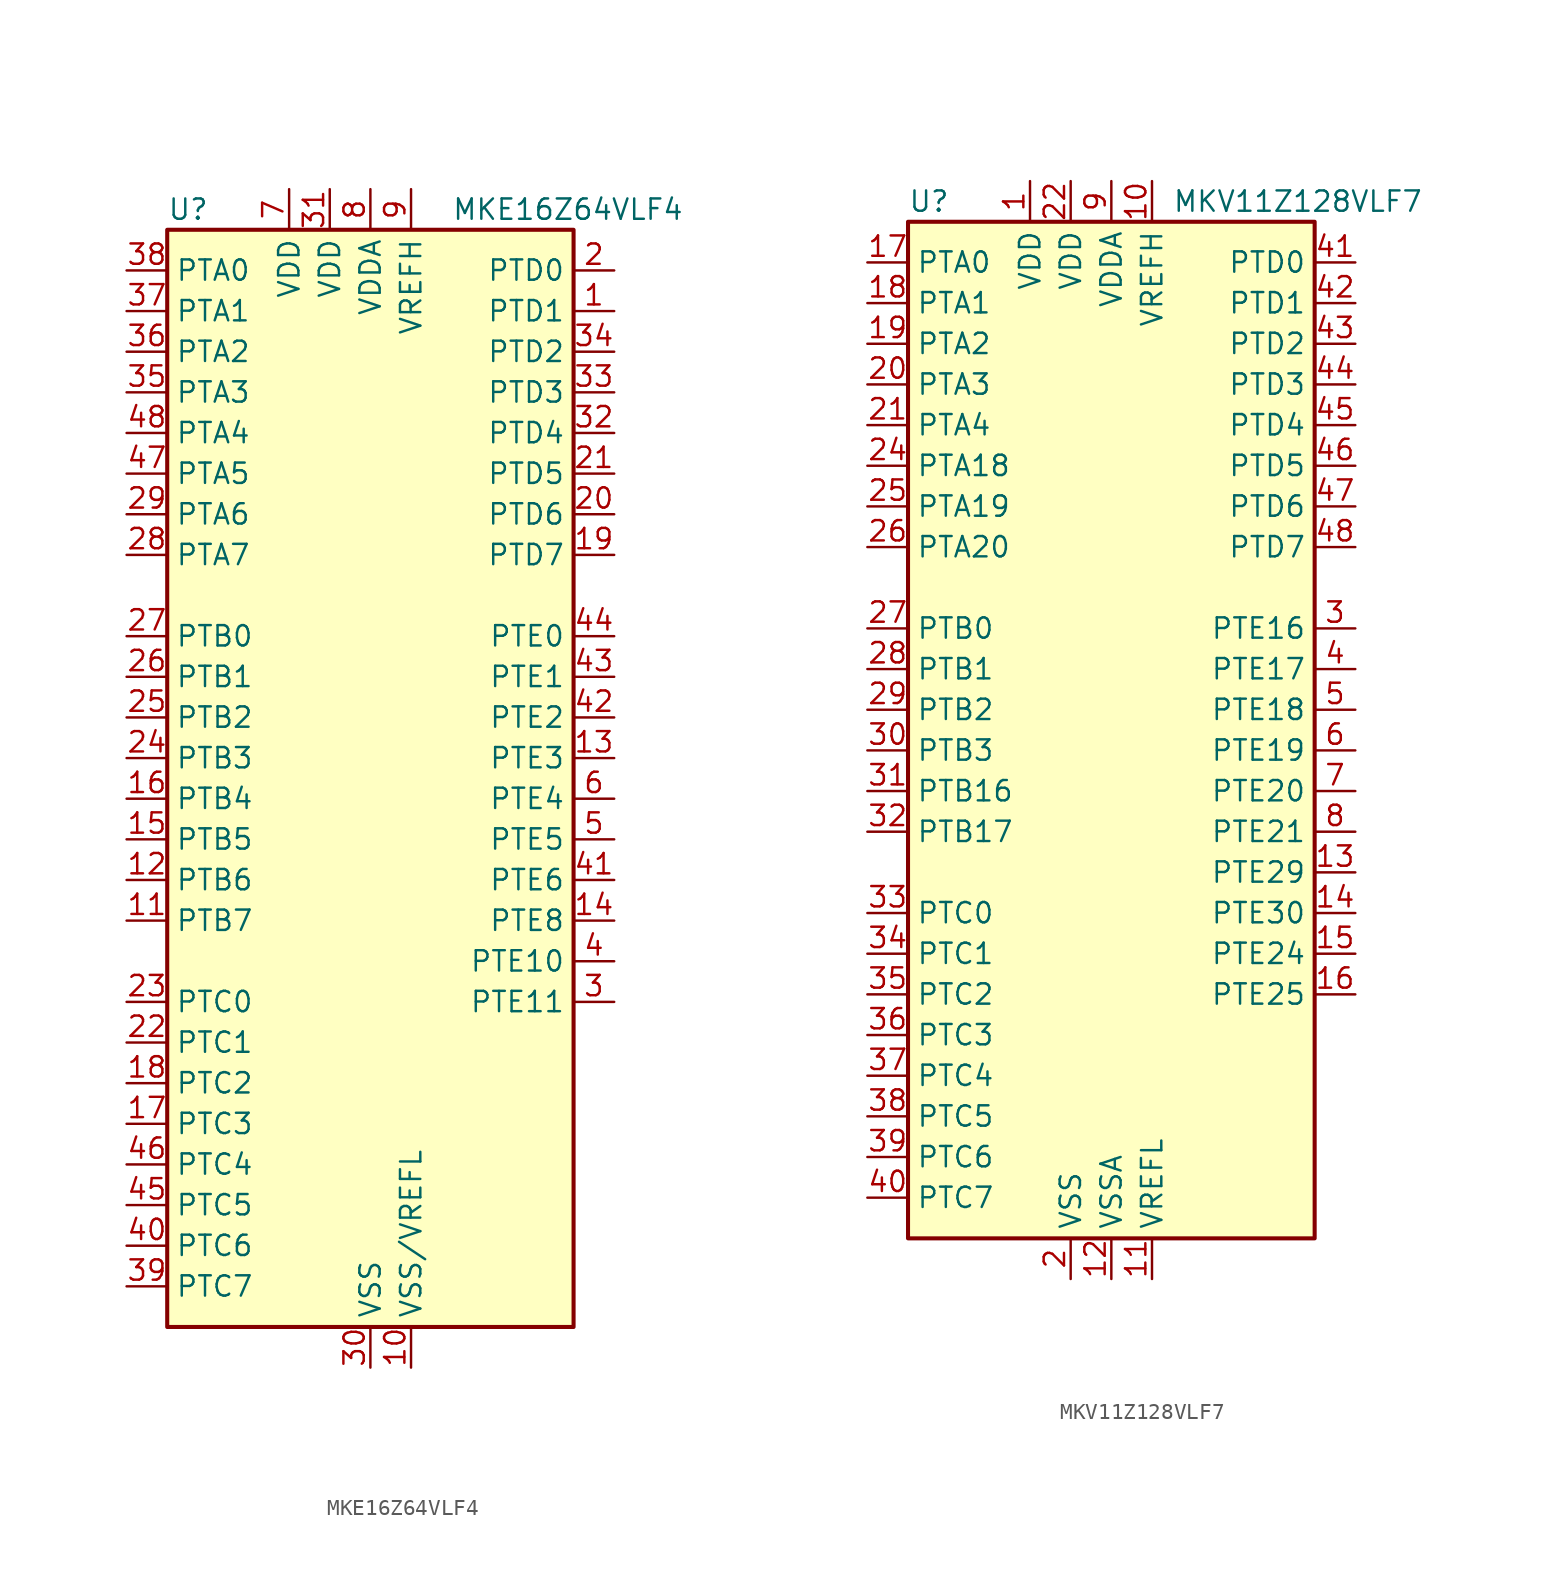
<source format=kicad_sym>
(kicad_symbol_lib
  (version 20201005)
  (generator kicad_symbol_editor)
  (symbol "MKE16Z64VLF4"
    (property "Reference" "U"
      (at -12.7 36.83 0)
      (effects (font (size 1.27 1.27)) (justify left)))
    (property "Value" "MKE16Z64VLF4"
      (at 5.08 36.83 0)
      (effects (font (size 1.27 1.27)) (justify left)))
    (symbol "MKE16Z64VLF4_0_1"
      (rectangle (start -12.7 35.56) (end 12.7 -33.02) (stroke (width 0.254)) (fill (type background))))
    (symbol "MKE16Z64VLF4_1_1"
      (pin bidirectional line (at 15.24 30.48 180) (length 2.54) (name "PTD1" (effects (font (size 1.27 1.27)))) (number "1" (effects (font (size 1.27 1.27)))))
      (pin power_in line (at 2.54 -35.56 90) (length 2.54) (name "VSS/VREFL" (effects (font (size 1.27 1.27)))) (number "10" (effects (font (size 1.27 1.27)))))
      (pin bidirectional line (at -15.24 -7.62 0) (length 2.54) (name "PTB7" (effects (font (size 1.27 1.27)))) (number "11" (effects (font (size 1.27 1.27)))))
      (pin bidirectional line (at -15.24 -5.08 0) (length 2.54) (name "PTB6" (effects (font (size 1.27 1.27)))) (number "12" (effects (font (size 1.27 1.27)))))
      (pin bidirectional line (at 15.24 2.54 180) (length 2.54) (name "PTE3" (effects (font (size 1.27 1.27)))) (number "13" (effects (font (size 1.27 1.27)))))
      (pin bidirectional line (at 15.24 -7.62 180) (length 2.54) (name "PTE8" (effects (font (size 1.27 1.27)))) (number "14" (effects (font (size 1.27 1.27)))))
      (pin bidirectional line (at -15.24 -2.54 0) (length 2.54) (name "PTB5" (effects (font (size 1.27 1.27)))) (number "15" (effects (font (size 1.27 1.27)))))
      (pin bidirectional line (at -15.24 0 0) (length 2.54) (name "PTB4" (effects (font (size 1.27 1.27)))) (number "16" (effects (font (size 1.27 1.27)))))
      (pin bidirectional line (at -15.24 -20.32 0) (length 2.54) (name "PTC3" (effects (font (size 1.27 1.27)))) (number "17" (effects (font (size 1.27 1.27)))))
      (pin bidirectional line (at -15.24 -17.78 0) (length 2.54) (name "PTC2" (effects (font (size 1.27 1.27)))) (number "18" (effects (font (size 1.27 1.27)))))
      (pin bidirectional line (at 15.24 15.24 180) (length 2.54) (name "PTD7" (effects (font (size 1.27 1.27)))) (number "19" (effects (font (size 1.27 1.27)))))
      (pin bidirectional line (at 15.24 33.02 180) (length 2.54) (name "PTD0" (effects (font (size 1.27 1.27)))) (number "2" (effects (font (size 1.27 1.27)))))
      (pin bidirectional line (at 15.24 17.78 180) (length 2.54) (name "PTD6" (effects (font (size 1.27 1.27)))) (number "20" (effects (font (size 1.27 1.27)))))
      (pin bidirectional line (at 15.24 20.32 180) (length 2.54) (name "PTD5" (effects (font (size 1.27 1.27)))) (number "21" (effects (font (size 1.27 1.27)))))
      (pin bidirectional line (at -15.24 -15.24 0) (length 2.54) (name "PTC1" (effects (font (size 1.27 1.27)))) (number "22" (effects (font (size 1.27 1.27)))))
      (pin bidirectional line (at -15.24 -12.7 0) (length 2.54) (name "PTC0" (effects (font (size 1.27 1.27)))) (number "23" (effects (font (size 1.27 1.27)))))
      (pin bidirectional line (at -15.24 2.54 0) (length 2.54) (name "PTB3" (effects (font (size 1.27 1.27)))) (number "24" (effects (font (size 1.27 1.27)))))
      (pin bidirectional line (at -15.24 5.08 0) (length 2.54) (name "PTB2" (effects (font (size 1.27 1.27)))) (number "25" (effects (font (size 1.27 1.27)))))
      (pin bidirectional line (at -15.24 7.62 0) (length 2.54) (name "PTB1" (effects (font (size 1.27 1.27)))) (number "26" (effects (font (size 1.27 1.27)))))
      (pin bidirectional line (at -15.24 10.16 0) (length 2.54) (name "PTB0" (effects (font (size 1.27 1.27)))) (number "27" (effects (font (size 1.27 1.27)))))
      (pin bidirectional line (at -15.24 15.24 0) (length 2.54) (name "PTA7" (effects (font (size 1.27 1.27)))) (number "28" (effects (font (size 1.27 1.27)))))
      (pin bidirectional line (at -15.24 17.78 0) (length 2.54) (name "PTA6" (effects (font (size 1.27 1.27)))) (number "29" (effects (font (size 1.27 1.27)))))
      (pin bidirectional line (at 15.24 -12.7 180) (length 2.54) (name "PTE11" (effects (font (size 1.27 1.27)))) (number "3" (effects (font (size 1.27 1.27)))))
      (pin power_in line (at 0 -35.56 90) (length 2.54) (name "VSS" (effects (font (size 1.27 1.27)))) (number "30" (effects (font (size 1.27 1.27)))))
      (pin power_in line (at -2.54 38.1 270) (length 2.54) (name "VDD" (effects (font (size 1.27 1.27)))) (number "31" (effects (font (size 1.27 1.27)))))
      (pin bidirectional line (at 15.24 22.86 180) (length 2.54) (name "PTD4" (effects (font (size 1.27 1.27)))) (number "32" (effects (font (size 1.27 1.27)))))
      (pin bidirectional line (at 15.24 25.4 180) (length 2.54) (name "PTD3" (effects (font (size 1.27 1.27)))) (number "33" (effects (font (size 1.27 1.27)))))
      (pin bidirectional line (at 15.24 27.94 180) (length 2.54) (name "PTD2" (effects (font (size 1.27 1.27)))) (number "34" (effects (font (size 1.27 1.27)))))
      (pin bidirectional line (at -15.24 25.4 0) (length 2.54) (name "PTA3" (effects (font (size 1.27 1.27)))) (number "35" (effects (font (size 1.27 1.27)))))
      (pin bidirectional line (at -15.24 27.94 0) (length 2.54) (name "PTA2" (effects (font (size 1.27 1.27)))) (number "36" (effects (font (size 1.27 1.27)))))
      (pin bidirectional line (at -15.24 30.48 0) (length 2.54) (name "PTA1" (effects (font (size 1.27 1.27)))) (number "37" (effects (font (size 1.27 1.27)))))
      (pin bidirectional line (at -15.24 33.02 0) (length 2.54) (name "PTA0" (effects (font (size 1.27 1.27)))) (number "38" (effects (font (size 1.27 1.27)))))
      (pin bidirectional line (at -15.24 -30.48 0) (length 2.54) (name "PTC7" (effects (font (size 1.27 1.27)))) (number "39" (effects (font (size 1.27 1.27)))))
      (pin bidirectional line (at 15.24 -10.16 180) (length 2.54) (name "PTE10" (effects (font (size 1.27 1.27)))) (number "4" (effects (font (size 1.27 1.27)))))
      (pin bidirectional line (at -15.24 -27.94 0) (length 2.54) (name "PTC6" (effects (font (size 1.27 1.27)))) (number "40" (effects (font (size 1.27 1.27)))))
      (pin bidirectional line (at 15.24 -5.08 180) (length 2.54) (name "PTE6" (effects (font (size 1.27 1.27)))) (number "41" (effects (font (size 1.27 1.27)))))
      (pin bidirectional line (at 15.24 5.08 180) (length 2.54) (name "PTE2" (effects (font (size 1.27 1.27)))) (number "42" (effects (font (size 1.27 1.27)))))
      (pin bidirectional line (at 15.24 7.62 180) (length 2.54) (name "PTE1" (effects (font (size 1.27 1.27)))) (number "43" (effects (font (size 1.27 1.27)))))
      (pin bidirectional line (at 15.24 10.16 180) (length 2.54) (name "PTE0" (effects (font (size 1.27 1.27)))) (number "44" (effects (font (size 1.27 1.27)))))
      (pin bidirectional line (at -15.24 -25.4 0) (length 2.54) (name "PTC5" (effects (font (size 1.27 1.27)))) (number "45" (effects (font (size 1.27 1.27)))))
      (pin bidirectional line (at -15.24 -22.86 0) (length 2.54) (name "PTC4" (effects (font (size 1.27 1.27)))) (number "46" (effects (font (size 1.27 1.27)))))
      (pin bidirectional line (at -15.24 20.32 0) (length 2.54) (name "PTA5" (effects (font (size 1.27 1.27)))) (number "47" (effects (font (size 1.27 1.27)))))
      (pin bidirectional line (at -15.24 22.86 0) (length 2.54) (name "PTA4" (effects (font (size 1.27 1.27)))) (number "48" (effects (font (size 1.27 1.27)))))
      (pin bidirectional line (at 15.24 -2.54 180) (length 2.54) (name "PTE5" (effects (font (size 1.27 1.27)))) (number "5" (effects (font (size 1.27 1.27)))))
      (pin bidirectional line (at 15.24 0 180) (length 2.54) (name "PTE4" (effects (font (size 1.27 1.27)))) (number "6" (effects (font (size 1.27 1.27)))))
      (pin power_in line (at -5.08 38.1 270) (length 2.54) (name "VDD" (effects (font (size 1.27 1.27)))) (number "7" (effects (font (size 1.27 1.27)))))
      (pin power_in line (at 0 38.1 270) (length 2.54) (name "VDDA" (effects (font (size 1.27 1.27)))) (number "8" (effects (font (size 1.27 1.27)))))
      (pin power_in line (at 2.54 38.1 270) (length 2.54) (name "VREFH" (effects (font (size 1.27 1.27)))) (number "9" (effects (font (size 1.27 1.27)))))))
  (symbol "MKV11Z128VLF7"
    (property "Reference" "U"
      (at -12.7 34.29 0)
      (effects (font (size 1.27 1.27)) (justify left)))
    (property "Value" "MKV11Z128VLF7"
      (at 3.81 34.29 0)
      (effects (font (size 1.27 1.27)) (justify left)))
    (symbol "MKV11Z128VLF7_0_1"
      (rectangle (start -12.7 33.02) (end 12.7 -30.48) (stroke (width 0.254)) (fill (type background))))
    (symbol "MKV11Z128VLF7_1_1"
      (pin power_in line (at -5.08 35.56 270) (length 2.54) (name "VDD" (effects (font (size 1.27 1.27)))) (number "1" (effects (font (size 1.27 1.27)))))
      (pin power_in line (at 2.54 35.56 270) (length 2.54) (name "VREFH" (effects (font (size 1.27 1.27)))) (number "10" (effects (font (size 1.27 1.27)))))
      (pin power_in line (at 2.54 -33.02 90) (length 2.54) (name "VREFL" (effects (font (size 1.27 1.27)))) (number "11" (effects (font (size 1.27 1.27)))))
      (pin power_in line (at 0 -33.02 90) (length 2.54) (name "VSSA" (effects (font (size 1.27 1.27)))) (number "12" (effects (font (size 1.27 1.27)))))
      (pin bidirectional line (at 15.24 -7.62 180) (length 2.54) (name "PTE29" (effects (font (size 1.27 1.27)))) (number "13" (effects (font (size 1.27 1.27)))))
      (pin bidirectional line (at 15.24 -10.16 180) (length 2.54) (name "PTE30" (effects (font (size 1.27 1.27)))) (number "14" (effects (font (size 1.27 1.27)))))
      (pin bidirectional line (at 15.24 -12.7 180) (length 2.54) (name "PTE24" (effects (font (size 1.27 1.27)))) (number "15" (effects (font (size 1.27 1.27)))))
      (pin bidirectional line (at 15.24 -15.24 180) (length 2.54) (name "PTE25" (effects (font (size 1.27 1.27)))) (number "16" (effects (font (size 1.27 1.27)))))
      (pin bidirectional line (at -15.24 30.48 0) (length 2.54) (name "PTA0" (effects (font (size 1.27 1.27)))) (number "17" (effects (font (size 1.27 1.27)))))
      (pin bidirectional line (at -15.24 27.94 0) (length 2.54) (name "PTA1" (effects (font (size 1.27 1.27)))) (number "18" (effects (font (size 1.27 1.27)))))
      (pin bidirectional line (at -15.24 25.4 0) (length 2.54) (name "PTA2" (effects (font (size 1.27 1.27)))) (number "19" (effects (font (size 1.27 1.27)))))
      (pin power_in line (at -2.54 -33.02 90) (length 2.54) (name "VSS" (effects (font (size 1.27 1.27)))) (number "2" (effects (font (size 1.27 1.27)))))
      (pin bidirectional line (at -15.24 22.86 0) (length 2.54) (name "PTA3" (effects (font (size 1.27 1.27)))) (number "20" (effects (font (size 1.27 1.27)))))
      (pin bidirectional line (at -15.24 20.32 0) (length 2.54) (name "PTA4" (effects (font (size 1.27 1.27)))) (number "21" (effects (font (size 1.27 1.27)))))
      (pin power_in line (at -2.54 35.56 270) (length 2.54) (name "VDD" (effects (font (size 1.27 1.27)))) (number "22" (effects (font (size 1.27 1.27)))))
      (pin passive line (at -2.54 -33.02 90) (length 2.54) hide (name "VSS" (effects (font (size 1.27 1.27)))) (number "23" (effects (font (size 1.27 1.27)))))
      (pin bidirectional line (at -15.24 17.78 0) (length 2.54) (name "PTA18" (effects (font (size 1.27 1.27)))) (number "24" (effects (font (size 1.27 1.27)))))
      (pin bidirectional line (at -15.24 15.24 0) (length 2.54) (name "PTA19" (effects (font (size 1.27 1.27)))) (number "25" (effects (font (size 1.27 1.27)))))
      (pin bidirectional line (at -15.24 12.7 0) (length 2.54) (name "PTA20" (effects (font (size 1.27 1.27)))) (number "26" (effects (font (size 1.27 1.27)))))
      (pin bidirectional line (at -15.24 7.62 0) (length 2.54) (name "PTB0" (effects (font (size 1.27 1.27)))) (number "27" (effects (font (size 1.27 1.27)))))
      (pin bidirectional line (at -15.24 5.08 0) (length 2.54) (name "PTB1" (effects (font (size 1.27 1.27)))) (number "28" (effects (font (size 1.27 1.27)))))
      (pin bidirectional line (at -15.24 2.54 0) (length 2.54) (name "PTB2" (effects (font (size 1.27 1.27)))) (number "29" (effects (font (size 1.27 1.27)))))
      (pin bidirectional line (at 15.24 7.62 180) (length 2.54) (name "PTE16" (effects (font (size 1.27 1.27)))) (number "3" (effects (font (size 1.27 1.27)))))
      (pin bidirectional line (at -15.24 0 0) (length 2.54) (name "PTB3" (effects (font (size 1.27 1.27)))) (number "30" (effects (font (size 1.27 1.27)))))
      (pin bidirectional line (at -15.24 -2.54 0) (length 2.54) (name "PTB16" (effects (font (size 1.27 1.27)))) (number "31" (effects (font (size 1.27 1.27)))))
      (pin bidirectional line (at -15.24 -5.08 0) (length 2.54) (name "PTB17" (effects (font (size 1.27 1.27)))) (number "32" (effects (font (size 1.27 1.27)))))
      (pin bidirectional line (at -15.24 -10.16 0) (length 2.54) (name "PTC0" (effects (font (size 1.27 1.27)))) (number "33" (effects (font (size 1.27 1.27)))))
      (pin bidirectional line (at -15.24 -12.7 0) (length 2.54) (name "PTC1" (effects (font (size 1.27 1.27)))) (number "34" (effects (font (size 1.27 1.27)))))
      (pin bidirectional line (at -15.24 -15.24 0) (length 2.54) (name "PTC2" (effects (font (size 1.27 1.27)))) (number "35" (effects (font (size 1.27 1.27)))))
      (pin bidirectional line (at -15.24 -17.78 0) (length 2.54) (name "PTC3" (effects (font (size 1.27 1.27)))) (number "36" (effects (font (size 1.27 1.27)))))
      (pin bidirectional line (at -15.24 -20.32 0) (length 2.54) (name "PTC4" (effects (font (size 1.27 1.27)))) (number "37" (effects (font (size 1.27 1.27)))))
      (pin bidirectional line (at -15.24 -22.86 0) (length 2.54) (name "PTC5" (effects (font (size 1.27 1.27)))) (number "38" (effects (font (size 1.27 1.27)))))
      (pin bidirectional line (at -15.24 -25.4 0) (length 2.54) (name "PTC6" (effects (font (size 1.27 1.27)))) (number "39" (effects (font (size 1.27 1.27)))))
      (pin bidirectional line (at 15.24 5.08 180) (length 2.54) (name "PTE17" (effects (font (size 1.27 1.27)))) (number "4" (effects (font (size 1.27 1.27)))))
      (pin bidirectional line (at -15.24 -27.94 0) (length 2.54) (name "PTC7" (effects (font (size 1.27 1.27)))) (number "40" (effects (font (size 1.27 1.27)))))
      (pin bidirectional line (at 15.24 30.48 180) (length 2.54) (name "PTD0" (effects (font (size 1.27 1.27)))) (number "41" (effects (font (size 1.27 1.27)))))
      (pin bidirectional line (at 15.24 27.94 180) (length 2.54) (name "PTD1" (effects (font (size 1.27 1.27)))) (number "42" (effects (font (size 1.27 1.27)))))
      (pin bidirectional line (at 15.24 25.4 180) (length 2.54) (name "PTD2" (effects (font (size 1.27 1.27)))) (number "43" (effects (font (size 1.27 1.27)))))
      (pin bidirectional line (at 15.24 22.86 180) (length 2.54) (name "PTD3" (effects (font (size 1.27 1.27)))) (number "44" (effects (font (size 1.27 1.27)))))
      (pin bidirectional line (at 15.24 20.32 180) (length 2.54) (name "PTD4" (effects (font (size 1.27 1.27)))) (number "45" (effects (font (size 1.27 1.27)))))
      (pin bidirectional line (at 15.24 17.78 180) (length 2.54) (name "PTD5" (effects (font (size 1.27 1.27)))) (number "46" (effects (font (size 1.27 1.27)))))
      (pin bidirectional line (at 15.24 15.24 180) (length 2.54) (name "PTD6" (effects (font (size 1.27 1.27)))) (number "47" (effects (font (size 1.27 1.27)))))
      (pin bidirectional line (at 15.24 12.7 180) (length 2.54) (name "PTD7" (effects (font (size 1.27 1.27)))) (number "48" (effects (font (size 1.27 1.27)))))
      (pin bidirectional line (at 15.24 2.54 180) (length 2.54) (name "PTE18" (effects (font (size 1.27 1.27)))) (number "5" (effects (font (size 1.27 1.27)))))
      (pin bidirectional line (at 15.24 0 180) (length 2.54) (name "PTE19" (effects (font (size 1.27 1.27)))) (number "6" (effects (font (size 1.27 1.27)))))
      (pin bidirectional line (at 15.24 -2.54 180) (length 2.54) (name "PTE20" (effects (font (size 1.27 1.27)))) (number "7" (effects (font (size 1.27 1.27)))))
      (pin bidirectional line (at 15.24 -5.08 180) (length 2.54) (name "PTE21" (effects (font (size 1.27 1.27)))) (number "8" (effects (font (size 1.27 1.27)))))
      (pin power_in line (at 0 35.56 270) (length 2.54) (name "VDDA" (effects (font (size 1.27 1.27)))) (number "9" (effects (font (size 1.27 1.27))))))))
</source>
